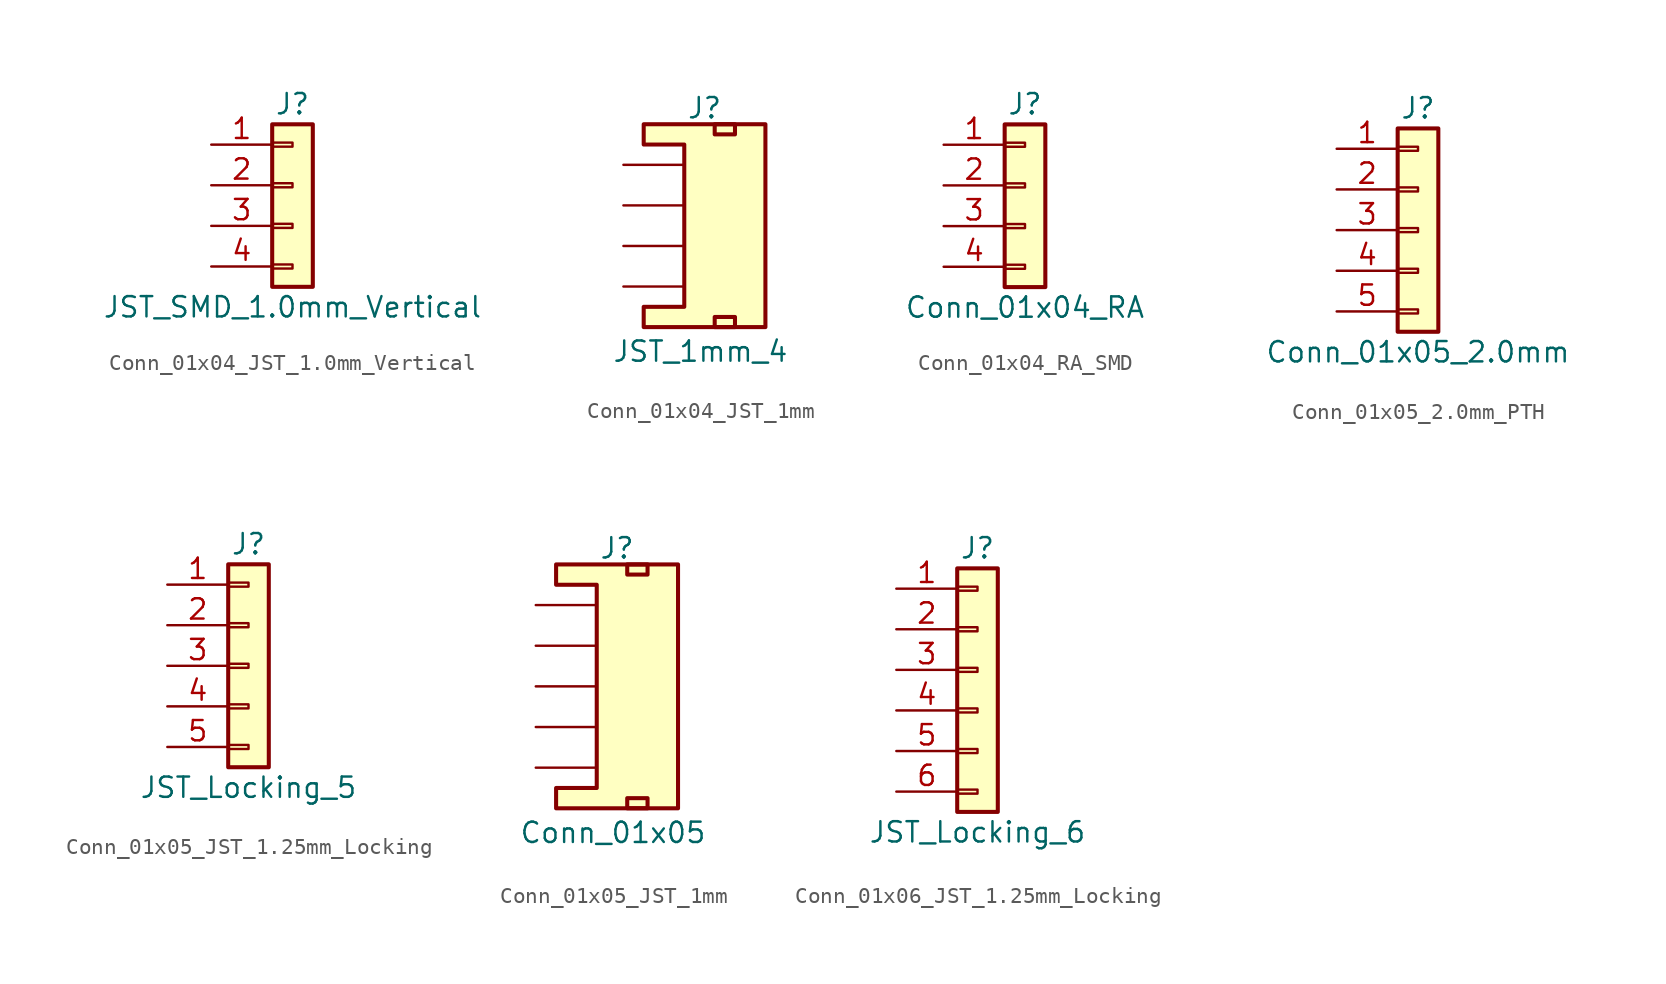
<source format=kicad_sym>
(kicad_symbol_lib
  (version 20231120)
  (generator "kicad_symbol_editor")
  (generator_version "8.0")
  (symbol "Conn_01x04_JST_1.0mm_Vertical"
    (pin_names
      (offset 1.016) hide)
    (property "Reference" "J"
      (at 0 5.08 0)
      (effects (font (size 1.27 1.27))))
    (property "Value" "JST_SMD_1.0mm_Vertical"
      (at 0 -7.62 0)
      (effects (font (size 1.27 1.27))))
    (symbol "Conn_01x04_JST_1.0mm_Vertical_1_1"
      (rectangle (start -1.27 -4.953) (end 0 -5.207) (stroke (width 0.152) (type default)) (fill (type none)))
      (rectangle (start -1.27 -2.413) (end 0 -2.667) (stroke (width 0.152) (type default)) (fill (type none)))
      (rectangle (start -1.27 0.127) (end 0 -0.127) (stroke (width 0.152) (type default)) (fill (type none)))
      (rectangle (start -1.27 2.667) (end 0 2.413) (stroke (width 0.152) (type default)) (fill (type none)))
      (rectangle (start -1.27 3.81) (end 1.27 -6.35) (stroke (width 0.254) (type default)) (fill (type background)))
      (pin passive line (at -5.08 2.54 0) (length 3.81) (name "Pin_1" (effects (font (size 1.27 1.27)))) (number "1" (effects (font (size 1.27 1.27)))))
      (pin passive line (at -5.08 0 0) (length 3.81) (name "Pin_2" (effects (font (size 1.27 1.27)))) (number "2" (effects (font (size 1.27 1.27)))))
      (pin passive line (at -5.08 -2.54 0) (length 3.81) (name "Pin_3" (effects (font (size 1.27 1.27)))) (number "3" (effects (font (size 1.27 1.27)))))
      (pin passive line (at -5.08 -5.08 0) (length 3.81) (name "Pin_4" (effects (font (size 1.27 1.27)))) (number "4" (effects (font (size 1.27 1.27)))))))
  (symbol "Conn_01x04_JST_1mm"
    (pin_numbers hide)
    (pin_names
      (offset 1.016) hide)
    (property "Reference" "J"
      (at 0 6.096 0)
      (effects (font (size 1.27 1.27))))
    (property "Value" "JST_1mm_4"
      (at -0.254 -9.144 0)
      (effects (font (size 1.27 1.27))))
    (symbol "Conn_01x04_JST_1mm_1_1"
      (polyline (pts (xy -1.27 3.81) (xy -3.81 3.81) (xy -3.81 5.08) (xy 3.81 5.08) (xy 3.81 -7.62) (xy -3.81 -7.62) (xy -3.81 -6.35) (xy -1.27 -6.35) (xy -1.27 3.81)) (stroke (width 0.254) (type default)) (fill (type background)))
      (rectangle (start 0.635 -6.985) (end 1.905 -7.62) (stroke (width 0.254) (type default)) (fill (type none)))
      (rectangle (start 0.635 5.08) (end 1.905 4.445) (stroke (width 0.254) (type default)) (fill (type none)))
      (pin passive line (at -5.08 2.54 0) (length 3.81) (name "1" (effects (font (size 1.27 1.27)))) (number "1" (effects (font (size 1.27 1.27)))))
      (pin passive line (at -5.08 0 0) (length 3.81) (name "2" (effects (font (size 1.27 1.27)))) (number "2" (effects (font (size 1.27 1.27)))))
      (pin passive line (at -5.08 -2.54 0) (length 3.81) (name "3" (effects (font (size 1.27 1.27)))) (number "3" (effects (font (size 1.27 1.27)))))
      (pin passive line (at -5.08 -5.08 0) (length 3.81) (name "4" (effects (font (size 1.27 1.27)))) (number "4" (effects (font (size 1.27 1.27)))))))
  (symbol "Conn_01x04_RA_SMD"
    (pin_names
      (offset 1.016) hide)
    (property "Reference" "J"
      (at 0 5.08 0)
      (effects (font (size 1.27 1.27))))
    (property "Value" "Conn_01x04_RA"
      (at 0 -7.62 0)
      (effects (font (size 1.27 1.27))))
    (symbol "Conn_01x04_RA_SMD_1_1"
      (rectangle (start -1.27 -4.953) (end 0 -5.207) (stroke (width 0.152) (type default)) (fill (type none)))
      (rectangle (start -1.27 -2.413) (end 0 -2.667) (stroke (width 0.152) (type default)) (fill (type none)))
      (rectangle (start -1.27 0.127) (end 0 -0.127) (stroke (width 0.152) (type default)) (fill (type none)))
      (rectangle (start -1.27 2.667) (end 0 2.413) (stroke (width 0.152) (type default)) (fill (type none)))
      (rectangle (start -1.27 3.81) (end 1.27 -6.35) (stroke (width 0.254) (type default)) (fill (type background)))
      (pin passive line (at -5.08 2.54 0) (length 3.81) (name "Pin_1" (effects (font (size 1.27 1.27)))) (number "1" (effects (font (size 1.27 1.27)))))
      (pin passive line (at -5.08 0 0) (length 3.81) (name "Pin_2" (effects (font (size 1.27 1.27)))) (number "2" (effects (font (size 1.27 1.27)))))
      (pin passive line (at -5.08 -2.54 0) (length 3.81) (name "Pin_3" (effects (font (size 1.27 1.27)))) (number "3" (effects (font (size 1.27 1.27)))))
      (pin passive line (at -5.08 -5.08 0) (length 3.81) (name "Pin_4" (effects (font (size 1.27 1.27)))) (number "4" (effects (font (size 1.27 1.27)))))))
  (symbol "Conn_01x05_2.0mm_PTH"
    (pin_names
      (offset 1.016) hide)
    (property "Reference" "J"
      (at 0 7.62 0)
      (effects (font (size 1.27 1.27))))
    (property "Value" "Conn_01x05_2.0mm"
      (at 0 -7.62 0)
      (effects (font (size 1.27 1.27))))
    (symbol "Conn_01x05_2.0mm_PTH_1_1"
      (rectangle (start -1.27 -4.953) (end 0 -5.207) (stroke (width 0.152) (type default)) (fill (type none)))
      (rectangle (start -1.27 -2.413) (end 0 -2.667) (stroke (width 0.152) (type default)) (fill (type none)))
      (rectangle (start -1.27 0.127) (end 0 -0.127) (stroke (width 0.152) (type default)) (fill (type none)))
      (rectangle (start -1.27 2.667) (end 0 2.413) (stroke (width 0.152) (type default)) (fill (type none)))
      (rectangle (start -1.27 5.207) (end 0 4.953) (stroke (width 0.152) (type default)) (fill (type none)))
      (rectangle (start -1.27 6.35) (end 1.27 -6.35) (stroke (width 0.254) (type default)) (fill (type background)))
      (pin passive line (at -5.08 5.08 0) (length 3.81) (name "Pin_1" (effects (font (size 1.27 1.27)))) (number "1" (effects (font (size 1.27 1.27)))))
      (pin passive line (at -5.08 2.54 0) (length 3.81) (name "Pin_2" (effects (font (size 1.27 1.27)))) (number "2" (effects (font (size 1.27 1.27)))))
      (pin passive line (at -5.08 0 0) (length 3.81) (name "Pin_3" (effects (font (size 1.27 1.27)))) (number "3" (effects (font (size 1.27 1.27)))))
      (pin passive line (at -5.08 -2.54 0) (length 3.81) (name "Pin_4" (effects (font (size 1.27 1.27)))) (number "4" (effects (font (size 1.27 1.27)))))
      (pin passive line (at -5.08 -5.08 0) (length 3.81) (name "Pin_5" (effects (font (size 1.27 1.27)))) (number "5" (effects (font (size 1.27 1.27)))))))
  (symbol "Conn_01x05_JST_1.25mm_Locking"
    (pin_names
      (offset 1.016) hide)
    (property "Reference" "J"
      (at 0 7.62 0)
      (effects (font (size 1.27 1.27))))
    (property "Value" "JST_Locking_5"
      (at 0 -7.62 0)
      (effects (font (size 1.27 1.27))))
    (symbol "Conn_01x05_JST_1.25mm_Locking_1_1"
      (rectangle (start -1.27 -4.953) (end 0 -5.207) (stroke (width 0.152) (type default)) (fill (type none)))
      (rectangle (start -1.27 -2.413) (end 0 -2.667) (stroke (width 0.152) (type default)) (fill (type none)))
      (rectangle (start -1.27 0.127) (end 0 -0.127) (stroke (width 0.152) (type default)) (fill (type none)))
      (rectangle (start -1.27 2.667) (end 0 2.413) (stroke (width 0.152) (type default)) (fill (type none)))
      (rectangle (start -1.27 5.207) (end 0 4.953) (stroke (width 0.152) (type default)) (fill (type none)))
      (rectangle (start -1.27 6.35) (end 1.27 -6.35) (stroke (width 0.254) (type default)) (fill (type background)))
      (pin passive line (at -5.08 5.08 0) (length 3.81) (name "Pin_1" (effects (font (size 1.27 1.27)))) (number "1" (effects (font (size 1.27 1.27)))))
      (pin passive line (at -5.08 2.54 0) (length 3.81) (name "Pin_2" (effects (font (size 1.27 1.27)))) (number "2" (effects (font (size 1.27 1.27)))))
      (pin passive line (at -5.08 0 0) (length 3.81) (name "Pin_3" (effects (font (size 1.27 1.27)))) (number "3" (effects (font (size 1.27 1.27)))))
      (pin passive line (at -5.08 -2.54 0) (length 3.81) (name "Pin_4" (effects (font (size 1.27 1.27)))) (number "4" (effects (font (size 1.27 1.27)))))
      (pin passive line (at -5.08 -5.08 0) (length 3.81) (name "Pin_5" (effects (font (size 1.27 1.27)))) (number "5" (effects (font (size 1.27 1.27)))))
      (pin no_connect line (at 6.35 -6.35 90) (length 5.08) hide (name "NC" (effects (font (size 1.27 1.27)))) (number "NC1" (effects (font (size 1.27 1.27)))))
      (pin no_connect line (at 3.81 -6.35 90) (length 5.08) hide (name "NC" (effects (font (size 1.27 1.27)))) (number "NC2" (effects (font (size 1.27 1.27)))))))
  (symbol "Conn_01x05_JST_1mm"
    (pin_numbers hide)
    (pin_names
      (offset 1.016) hide)
    (property "Reference" "J"
      (at 0 8.636 0)
      (effects (font (size 1.27 1.27))))
    (property "Value" "Conn_01x05"
      (at -0.254 -9.144 0)
      (effects (font (size 1.27 1.27))))
    (symbol "Conn_01x05_JST_1mm_1_1"
      (polyline (pts (xy -1.27 6.35) (xy -3.81 6.35) (xy -3.81 7.62) (xy 3.81 7.62) (xy 3.81 -7.62) (xy -3.81 -7.62) (xy -3.81 -6.35) (xy -1.27 -6.35) (xy -1.27 6.35)) (stroke (width 0.254) (type default)) (fill (type background)))
      (rectangle (start 0.635 -6.985) (end 1.905 -7.62) (stroke (width 0.254) (type default)) (fill (type none)))
      (rectangle (start 0.635 7.62) (end 1.905 6.985) (stroke (width 0.254) (type default)) (fill (type none)))
      (pin passive line (at -5.08 5.08 0) (length 3.81) (name "1" (effects (font (size 1.27 1.27)))) (number "1" (effects (font (size 1.27 1.27)))))
      (pin passive line (at -5.08 2.54 0) (length 3.81) (name "2" (effects (font (size 1.27 1.27)))) (number "2" (effects (font (size 1.27 1.27)))))
      (pin passive line (at -5.08 0 0) (length 3.81) (name "3" (effects (font (size 1.27 1.27)))) (number "3" (effects (font (size 1.27 1.27)))))
      (pin passive line (at -5.08 -2.54 0) (length 3.81) (name "4" (effects (font (size 1.27 1.27)))) (number "4" (effects (font (size 1.27 1.27)))))
      (pin passive line (at -5.08 -5.08 0) (length 3.81) (name "5" (effects (font (size 1.27 1.27)))) (number "5" (effects (font (size 1.27 1.27)))))))
  (symbol "Conn_01x06_JST_1.25mm_Locking"
    (pin_names
      (offset 1.016) hide)
    (property "Reference" "J"
      (at 0 7.62 0)
      (effects (font (size 1.27 1.27))))
    (property "Value" "JST_Locking_6"
      (at 0 -10.16 0)
      (effects (font (size 1.27 1.27))))
    (symbol "Conn_01x06_JST_1.25mm_Locking_1_1"
      (rectangle (start -1.27 -7.493) (end 0 -7.747) (stroke (width 0.152) (type default)) (fill (type none)))
      (rectangle (start -1.27 -4.953) (end 0 -5.207) (stroke (width 0.152) (type default)) (fill (type none)))
      (rectangle (start -1.27 -2.413) (end 0 -2.667) (stroke (width 0.152) (type default)) (fill (type none)))
      (rectangle (start -1.27 0.127) (end 0 -0.127) (stroke (width 0.152) (type default)) (fill (type none)))
      (rectangle (start -1.27 2.667) (end 0 2.413) (stroke (width 0.152) (type default)) (fill (type none)))
      (rectangle (start -1.27 5.207) (end 0 4.953) (stroke (width 0.152) (type default)) (fill (type none)))
      (rectangle (start -1.27 6.35) (end 1.27 -8.89) (stroke (width 0.254) (type default)) (fill (type background)))
      (pin passive line (at -5.08 5.08 0) (length 3.81) (name "Pin_1" (effects (font (size 1.27 1.27)))) (number "1" (effects (font (size 1.27 1.27)))))
      (pin passive line (at -5.08 2.54 0) (length 3.81) (name "Pin_2" (effects (font (size 1.27 1.27)))) (number "2" (effects (font (size 1.27 1.27)))))
      (pin passive line (at -5.08 0 0) (length 3.81) (name "Pin_3" (effects (font (size 1.27 1.27)))) (number "3" (effects (font (size 1.27 1.27)))))
      (pin passive line (at -5.08 -2.54 0) (length 3.81) (name "Pin_4" (effects (font (size 1.27 1.27)))) (number "4" (effects (font (size 1.27 1.27)))))
      (pin passive line (at -5.08 -5.08 0) (length 3.81) (name "Pin_5" (effects (font (size 1.27 1.27)))) (number "5" (effects (font (size 1.27 1.27)))))
      (pin passive line (at -5.08 -7.62 0) (length 3.81) (name "Pin_6" (effects (font (size 1.27 1.27)))) (number "6" (effects (font (size 1.27 1.27)))))
      (pin no_connect line (at 6.35 -8.89 90) (length 5.08) hide (name "NC" (effects (font (size 1.27 1.27)))) (number "NC1" (effects (font (size 1.27 1.27)))))
      (pin no_connect line (at 3.81 -8.89 90) (length 5.08) hide (name "NC" (effects (font (size 1.27 1.27)))) (number "NC2" (effects (font (size 1.27 1.27))))))))
</source>
